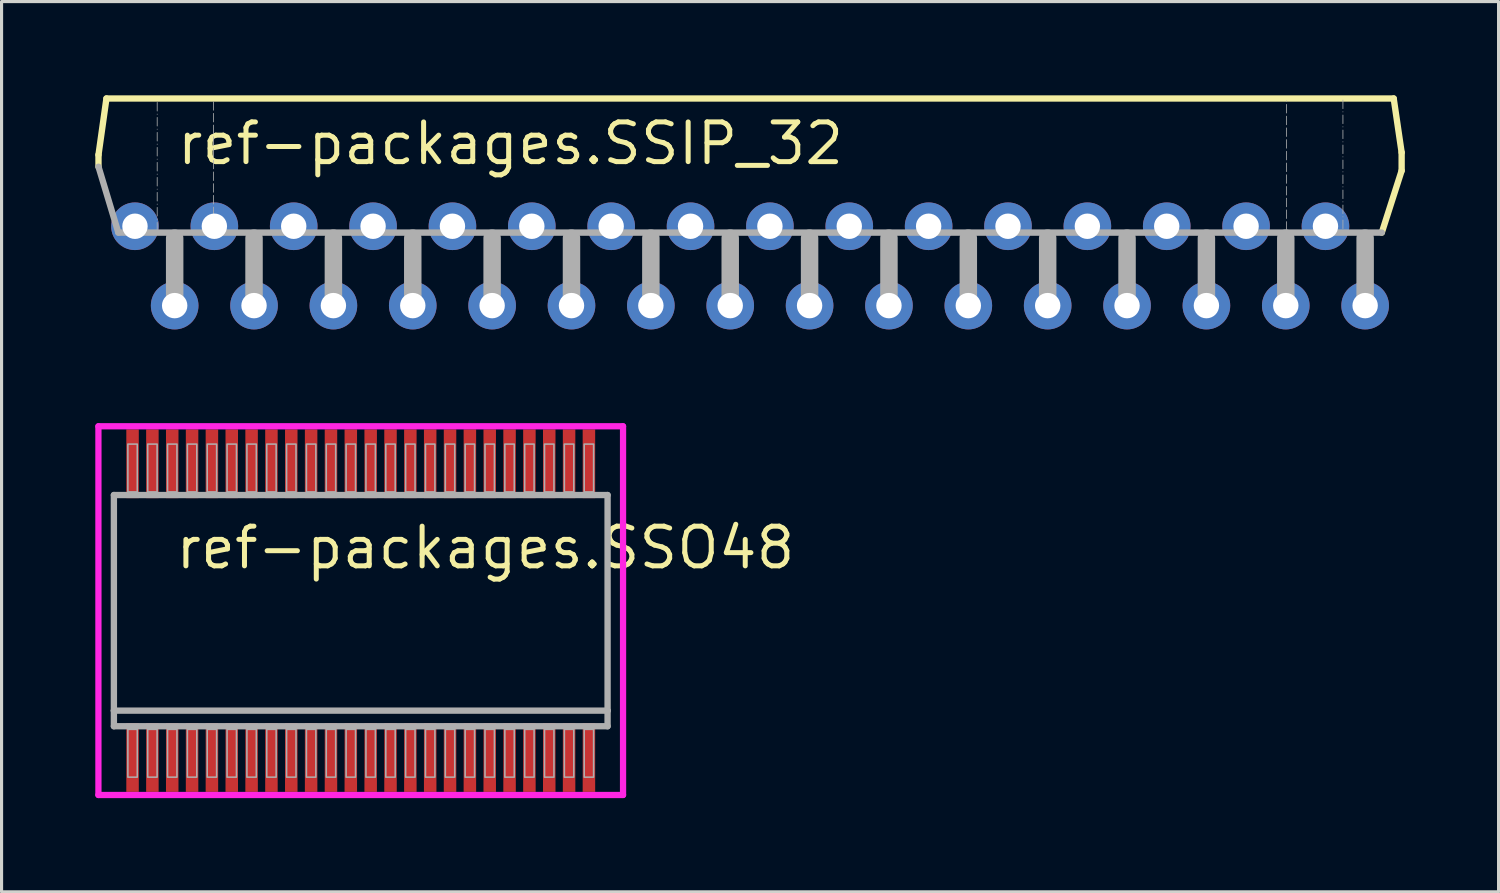
<source format=kicad_pcb>
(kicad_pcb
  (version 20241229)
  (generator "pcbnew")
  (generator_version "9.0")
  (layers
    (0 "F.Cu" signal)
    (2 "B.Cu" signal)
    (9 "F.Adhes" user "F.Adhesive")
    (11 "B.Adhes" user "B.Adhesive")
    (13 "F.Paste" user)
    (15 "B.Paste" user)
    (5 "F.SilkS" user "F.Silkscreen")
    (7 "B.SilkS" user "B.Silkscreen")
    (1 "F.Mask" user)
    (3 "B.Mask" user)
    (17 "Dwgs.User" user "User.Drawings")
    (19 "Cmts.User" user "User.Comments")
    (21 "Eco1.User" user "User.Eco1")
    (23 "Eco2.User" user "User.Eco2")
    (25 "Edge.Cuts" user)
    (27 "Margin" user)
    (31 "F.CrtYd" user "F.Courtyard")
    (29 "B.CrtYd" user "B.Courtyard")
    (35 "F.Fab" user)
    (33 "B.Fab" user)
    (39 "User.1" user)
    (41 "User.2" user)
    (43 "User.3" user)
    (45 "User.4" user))
  (footprint "ref-packages.SSO48"
    (layer "F.Cu")
    (at 8.495 16.493)
    (property "Reference" "ref-packages.SSO48" (at -6.003 -1.27 0) (layer "F.SilkS") (effects (font (size 1.27 1.27) (thickness 0.16)) (justify left bottom)))
    (attr smd)
    (fp_line (start -8.395 -5.9) (end 8.395 -5.9) (stroke (width 0.2) (type default)) (layer "F.CrtYd"))
    (fp_line (start -8.395 5.9) (end -8.395 -5.9) (stroke (width 0.2) (type default)) (layer "F.CrtYd"))
    (fp_line (start 8.395 -5.9) (end 8.395 5.9) (stroke (width 0.2) (type default)) (layer "F.CrtYd"))
    (fp_line (start 8.395 5.9) (end -8.395 5.9) (stroke (width 0.2) (type default)) (layer "F.CrtYd"))
    (fp_line (start -7.9 -3.7) (end 7.9 -3.7) (stroke (width 0.203) (type default)) (layer "F.Fab"))
    (fp_line (start -7.9 3.2) (end -7.9 -3.7) (stroke (width 0.203) (type default)) (layer "F.Fab"))
    (fp_line (start -7.9 3.7) (end -7.9 3.2) (stroke (width 0.203) (type default)) (layer "F.Fab"))
    (fp_line (start 7.9 -3.7) (end 7.9 3.2) (stroke (width 0.203) (type default)) (layer "F.Fab"))
    (fp_line (start 7.9 3.2) (end -7.9 3.2) (stroke (width 0.203) (type default)) (layer "F.Fab"))
    (fp_line (start 7.9 3.2) (end 7.9 3.7) (stroke (width 0.203) (type default)) (layer "F.Fab"))
    (fp_line (start 7.9 3.7) (end -7.9 3.7) (stroke (width 0.203) (type default)) (layer "F.Fab"))
    (fp_rect (start -7.453 -3.8) (end -7.152 -5.33) (stroke (width 0.05) (type default)) (fill no) (layer "F.Fab"))
    (fp_rect (start -7.453 5.33) (end -7.152 3.8) (stroke (width 0.05) (type default)) (fill no) (layer "F.Fab"))
    (fp_rect (start -6.818 -3.8) (end -6.517 -5.33) (stroke (width 0.05) (type default)) (fill no) (layer "F.Fab"))
    (fp_rect (start -6.818 5.33) (end -6.517 3.8) (stroke (width 0.05) (type default)) (fill no) (layer "F.Fab"))
    (fp_rect (start -6.183 -3.8) (end -5.882 -5.33) (stroke (width 0.05) (type default)) (fill no) (layer "F.Fab"))
    (fp_rect (start -6.183 5.33) (end -5.882 3.8) (stroke (width 0.05) (type default)) (fill no) (layer "F.Fab"))
    (fp_rect (start -5.548 -3.8) (end -5.247 -5.33) (stroke (width 0.05) (type default)) (fill no) (layer "F.Fab"))
    (fp_rect (start -5.548 5.33) (end -5.247 3.8) (stroke (width 0.05) (type default)) (fill no) (layer "F.Fab"))
    (fp_rect (start -4.913 -3.8) (end -4.612 -5.33) (stroke (width 0.05) (type default)) (fill no) (layer "F.Fab"))
    (fp_rect (start -4.913 5.33) (end -4.612 3.8) (stroke (width 0.05) (type default)) (fill no) (layer "F.Fab"))
    (fp_rect (start -4.278 -3.8) (end -3.977 -5.33) (stroke (width 0.05) (type default)) (fill no) (layer "F.Fab"))
    (fp_rect (start -4.278 5.33) (end -3.977 3.8) (stroke (width 0.05) (type default)) (fill no) (layer "F.Fab"))
    (fp_rect (start -3.643 -3.8) (end -3.342 -5.33) (stroke (width 0.05) (type default)) (fill no) (layer "F.Fab"))
    (fp_rect (start -3.643 5.33) (end -3.342 3.8) (stroke (width 0.05) (type default)) (fill no) (layer "F.Fab"))
    (fp_rect (start -3.008 -3.8) (end -2.707 -5.33) (stroke (width 0.05) (type default)) (fill no) (layer "F.Fab"))
    (fp_rect (start -3.008 5.33) (end -2.707 3.8) (stroke (width 0.05) (type default)) (fill no) (layer "F.Fab"))
    (fp_rect (start -2.373 -3.8) (end -2.072 -5.33) (stroke (width 0.05) (type default)) (fill no) (layer "F.Fab"))
    (fp_rect (start -2.373 5.33) (end -2.072 3.8) (stroke (width 0.05) (type default)) (fill no) (layer "F.Fab"))
    (fp_rect (start -1.738 -3.8) (end -1.437 -5.33) (stroke (width 0.05) (type default)) (fill no) (layer "F.Fab"))
    (fp_rect (start -1.738 5.33) (end -1.437 3.8) (stroke (width 0.05) (type default)) (fill no) (layer "F.Fab"))
    (fp_rect (start -1.103 -3.8) (end -0.802 -5.33) (stroke (width 0.05) (type default)) (fill no) (layer "F.Fab"))
    (fp_rect (start -1.103 5.33) (end -0.802 3.8) (stroke (width 0.05) (type default)) (fill no) (layer "F.Fab"))
    (fp_rect (start -0.468 -3.8) (end -0.167 -5.33) (stroke (width 0.05) (type default)) (fill no) (layer "F.Fab"))
    (fp_rect (start -0.468 5.33) (end -0.167 3.8) (stroke (width 0.05) (type default)) (fill no) (layer "F.Fab"))
    (fp_rect (start 0.167 -3.8) (end 0.468 -5.33) (stroke (width 0.05) (type default)) (fill no) (layer "F.Fab"))
    (fp_rect (start 0.167 5.33) (end 0.468 3.8) (stroke (width 0.05) (type default)) (fill no) (layer "F.Fab"))
    (fp_rect (start 0.802 -3.8) (end 1.103 -5.33) (stroke (width 0.05) (type default)) (fill no) (layer "F.Fab"))
    (fp_rect (start 0.802 5.33) (end 1.103 3.8) (stroke (width 0.05) (type default)) (fill no) (layer "F.Fab"))
    (fp_rect (start 1.437 -3.8) (end 1.738 -5.33) (stroke (width 0.05) (type default)) (fill no) (layer "F.Fab"))
    (fp_rect (start 1.437 5.33) (end 1.738 3.8) (stroke (width 0.05) (type default)) (fill no) (layer "F.Fab"))
    (fp_rect (start 2.072 -3.8) (end 2.373 -5.33) (stroke (width 0.05) (type default)) (fill no) (layer "F.Fab"))
    (fp_rect (start 2.072 5.33) (end 2.373 3.8) (stroke (width 0.05) (type default)) (fill no) (layer "F.Fab"))
    (fp_rect (start 2.707 -3.8) (end 3.008 -5.33) (stroke (width 0.05) (type default)) (fill no) (layer "F.Fab"))
    (fp_rect (start 2.707 5.33) (end 3.008 3.8) (stroke (width 0.05) (type default)) (fill no) (layer "F.Fab"))
    (fp_rect (start 3.342 -3.8) (end 3.643 -5.33) (stroke (width 0.05) (type default)) (fill no) (layer "F.Fab"))
    (fp_rect (start 3.342 5.33) (end 3.643 3.8) (stroke (width 0.05) (type default)) (fill no) (layer "F.Fab"))
    (fp_rect (start 3.977 -3.8) (end 4.278 -5.33) (stroke (width 0.05) (type default)) (fill no) (layer "F.Fab"))
    (fp_rect (start 3.977 5.33) (end 4.278 3.8) (stroke (width 0.05) (type default)) (fill no) (layer "F.Fab"))
    (fp_rect (start 4.612 -3.8) (end 4.913 -5.33) (stroke (width 0.05) (type default)) (fill no) (layer "F.Fab"))
    (fp_rect (start 4.612 5.33) (end 4.913 3.8) (stroke (width 0.05) (type default)) (fill no) (layer "F.Fab"))
    (fp_rect (start 5.247 -3.8) (end 5.548 -5.33) (stroke (width 0.05) (type default)) (fill no) (layer "F.Fab"))
    (fp_rect (start 5.247 5.33) (end 5.548 3.8) (stroke (width 0.05) (type default)) (fill no) (layer "F.Fab"))
    (fp_rect (start 5.882 -3.8) (end 6.183 -5.33) (stroke (width 0.05) (type default)) (fill no) (layer "F.Fab"))
    (fp_rect (start 5.882 5.33) (end 6.183 3.8) (stroke (width 0.05) (type default)) (fill no) (layer "F.Fab"))
    (fp_rect (start 6.517 -3.8) (end 6.818 -5.33) (stroke (width 0.05) (type default)) (fill no) (layer "F.Fab"))
    (fp_rect (start 6.517 5.33) (end 6.818 3.8) (stroke (width 0.05) (type default)) (fill no) (layer "F.Fab"))
    (fp_rect (start 7.152 -3.8) (end 7.453 -5.33) (stroke (width 0.05) (type default)) (fill no) (layer "F.Fab"))
    (fp_rect (start 7.152 5.33) (end 7.453 3.8) (stroke (width 0.05) (type default)) (fill no) (layer "F.Fab"))
    (pad "1" smd roundrect (at -7.303 4.7) (size 0.4 2.2) (layers "F.Cu" "F.Mask" "F.Paste") (roundrect_rratio 0.01))
    (pad "2" smd roundrect (at -6.668 4.7) (size 0.4 2.2) (layers "F.Cu" "F.Mask" "F.Paste") (roundrect_rratio 0.01))
    (pad "3" smd roundrect (at -6.033 4.7) (size 0.4 2.2) (layers "F.Cu" "F.Mask" "F.Paste") (roundrect_rratio 0.01))
    (pad "4" smd roundrect (at -5.398 4.7) (size 0.4 2.2) (layers "F.Cu" "F.Mask" "F.Paste") (roundrect_rratio 0.01))
    (pad "5" smd roundrect (at -4.763 4.7) (size 0.4 2.2) (layers "F.Cu" "F.Mask" "F.Paste") (roundrect_rratio 0.01))
    (pad "6" smd roundrect (at -4.128 4.7) (size 0.4 2.2) (layers "F.Cu" "F.Mask" "F.Paste") (roundrect_rratio 0.01))
    (pad "7" smd roundrect (at -3.493 4.7) (size 0.4 2.2) (layers "F.Cu" "F.Mask" "F.Paste") (roundrect_rratio 0.01))
    (pad "8" smd roundrect (at -2.858 4.7) (size 0.4 2.2) (layers "F.Cu" "F.Mask" "F.Paste") (roundrect_rratio 0.01))
    (pad "9" smd roundrect (at -2.223 4.7) (size 0.4 2.2) (layers "F.Cu" "F.Mask" "F.Paste") (roundrect_rratio 0.01))
    (pad "10" smd roundrect (at -1.588 4.7) (size 0.4 2.2) (layers "F.Cu" "F.Mask" "F.Paste") (roundrect_rratio 0.01))
    (pad "11" smd roundrect (at -0.953 4.7) (size 0.4 2.2) (layers "F.Cu" "F.Mask" "F.Paste") (roundrect_rratio 0.01))
    (pad "12" smd roundrect (at -0.318 4.7) (size 0.4 2.2) (layers "F.Cu" "F.Mask" "F.Paste") (roundrect_rratio 0.01))
    (pad "13" smd roundrect (at 0.318 4.7) (size 0.4 2.2) (layers "F.Cu" "F.Mask" "F.Paste") (roundrect_rratio 0.01))
    (pad "14" smd roundrect (at 0.953 4.7) (size 0.4 2.2) (layers "F.Cu" "F.Mask" "F.Paste") (roundrect_rratio 0.01))
    (pad "15" smd roundrect (at 1.588 4.7) (size 0.4 2.2) (layers "F.Cu" "F.Mask" "F.Paste") (roundrect_rratio 0.01))
    (pad "16" smd roundrect (at 2.223 4.7) (size 0.4 2.2) (layers "F.Cu" "F.Mask" "F.Paste") (roundrect_rratio 0.01))
    (pad "17" smd roundrect (at 2.858 4.7) (size 0.4 2.2) (layers "F.Cu" "F.Mask" "F.Paste") (roundrect_rratio 0.01))
    (pad "18" smd roundrect (at 3.493 4.7) (size 0.4 2.2) (layers "F.Cu" "F.Mask" "F.Paste") (roundrect_rratio 0.01))
    (pad "19" smd roundrect (at 4.128 4.7) (size 0.4 2.2) (layers "F.Cu" "F.Mask" "F.Paste") (roundrect_rratio 0.01))
    (pad "20" smd roundrect (at 4.763 4.7) (size 0.4 2.2) (layers "F.Cu" "F.Mask" "F.Paste") (roundrect_rratio 0.01))
    (pad "21" smd roundrect (at 5.398 4.7) (size 0.4 2.2) (layers "F.Cu" "F.Mask" "F.Paste") (roundrect_rratio 0.01))
    (pad "22" smd roundrect (at 6.033 4.7) (size 0.4 2.2) (layers "F.Cu" "F.Mask" "F.Paste") (roundrect_rratio 0.01))
    (pad "23" smd roundrect (at 6.668 4.7) (size 0.4 2.2) (layers "F.Cu" "F.Mask" "F.Paste") (roundrect_rratio 0.01))
    (pad "24" smd roundrect (at 7.303 4.7) (size 0.4 2.2) (layers "F.Cu" "F.Mask" "F.Paste") (roundrect_rratio 0.01))
    (pad "25" smd roundrect (at 7.303 -4.7) (size 0.4 2.2) (layers "F.Cu" "F.Mask" "F.Paste") (roundrect_rratio 0.01))
    (pad "26" smd roundrect (at 6.668 -4.7) (size 0.4 2.2) (layers "F.Cu" "F.Mask" "F.Paste") (roundrect_rratio 0.01))
    (pad "27" smd roundrect (at 6.033 -4.7) (size 0.4 2.2) (layers "F.Cu" "F.Mask" "F.Paste") (roundrect_rratio 0.01))
    (pad "28" smd roundrect (at 5.398 -4.7) (size 0.4 2.2) (layers "F.Cu" "F.Mask" "F.Paste") (roundrect_rratio 0.01))
    (pad "29" smd roundrect (at 4.763 -4.7) (size 0.4 2.2) (layers "F.Cu" "F.Mask" "F.Paste") (roundrect_rratio 0.01))
    (pad "30" smd roundrect (at 4.128 -4.7) (size 0.4 2.2) (layers "F.Cu" "F.Mask" "F.Paste") (roundrect_rratio 0.01))
    (pad "31" smd roundrect (at 3.493 -4.7) (size 0.4 2.2) (layers "F.Cu" "F.Mask" "F.Paste") (roundrect_rratio 0.01))
    (pad "32" smd roundrect (at 2.858 -4.7) (size 0.4 2.2) (layers "F.Cu" "F.Mask" "F.Paste") (roundrect_rratio 0.01))
    (pad "33" smd roundrect (at 2.223 -4.7) (size 0.4 2.2) (layers "F.Cu" "F.Mask" "F.Paste") (roundrect_rratio 0.01))
    (pad "34" smd roundrect (at 1.588 -4.7) (size 0.4 2.2) (layers "F.Cu" "F.Mask" "F.Paste") (roundrect_rratio 0.01))
    (pad "35" smd roundrect (at 0.953 -4.7) (size 0.4 2.2) (layers "F.Cu" "F.Mask" "F.Paste") (roundrect_rratio 0.01))
    (pad "36" smd roundrect (at 0.318 -4.7) (size 0.4 2.2) (layers "F.Cu" "F.Mask" "F.Paste") (roundrect_rratio 0.01))
    (pad "37" smd roundrect (at -0.318 -4.7) (size 0.4 2.2) (layers "F.Cu" "F.Mask" "F.Paste") (roundrect_rratio 0.01))
    (pad "38" smd roundrect (at -0.953 -4.7) (size 0.4 2.2) (layers "F.Cu" "F.Mask" "F.Paste") (roundrect_rratio 0.01))
    (pad "39" smd roundrect (at -1.588 -4.7) (size 0.4 2.2) (layers "F.Cu" "F.Mask" "F.Paste") (roundrect_rratio 0.01))
    (pad "40" smd roundrect (at -2.223 -4.7) (size 0.4 2.2) (layers "F.Cu" "F.Mask" "F.Paste") (roundrect_rratio 0.01))
    (pad "41" smd roundrect (at -2.858 -4.7) (size 0.4 2.2) (layers "F.Cu" "F.Mask" "F.Paste") (roundrect_rratio 0.01))
    (pad "42" smd roundrect (at -3.493 -4.7) (size 0.4 2.2) (layers "F.Cu" "F.Mask" "F.Paste") (roundrect_rratio 0.01))
    (pad "43" smd roundrect (at -4.128 -4.7) (size 0.4 2.2) (layers "F.Cu" "F.Mask" "F.Paste") (roundrect_rratio 0.01))
    (pad "44" smd roundrect (at -4.763 -4.7) (size 0.4 2.2) (layers "F.Cu" "F.Mask" "F.Paste") (roundrect_rratio 0.01))
    (pad "45" smd roundrect (at -5.398 -4.7) (size 0.4 2.2) (layers "F.Cu" "F.Mask" "F.Paste") (roundrect_rratio 0.01))
    (pad "46" smd roundrect (at -6.033 -4.7) (size 0.4 2.2) (layers "F.Cu" "F.Mask" "F.Paste") (roundrect_rratio 0.01))
    (pad "47" smd roundrect (at -6.668 -4.7) (size 0.4 2.2) (layers "F.Cu" "F.Mask" "F.Paste") (roundrect_rratio 0.01))
    (pad "48" smd roundrect (at -7.303 -4.7) (size 0.4 2.2) (layers "F.Cu" "F.Mask" "F.Paste") (roundrect_rratio 0.01)))
  (footprint "ref-packages.SSIP_32"
    (layer "F.Cu")
    (at 20.955 6.731)
    (property "Reference" "ref-packages.SSIP_32" (at -18.415 -4.445 0) (layer "F.SilkS") (effects (font (size 1.27 1.27) (thickness 0.16)) (justify left bottom)))
    (attr through_hole)
    (fp_line (start -20.853 -4.826) (end -20.599 -6.629) (stroke (width 0.203) (type default)) (layer "F.SilkS"))
    (fp_line (start -20.853 -4.445) (end -20.853 -4.826) (stroke (width 0.203) (type default)) (layer "F.SilkS"))
    (fp_line (start -20.599 -6.629) (end 20.599 -6.629) (stroke (width 0.203) (type default)) (layer "F.SilkS"))
    (fp_line (start 20.599 -6.629) (end 20.853 -4.902) (stroke (width 0.203) (type default)) (layer "F.SilkS"))
    (fp_line (start 20.853 -4.902) (end 20.853 -4.318) (stroke (width 0.203) (type default)) (layer "F.SilkS"))
    (fp_line (start 20.853 -4.318) (end 20.218 -2.337) (stroke (width 0.203) (type default)) (layer "F.SilkS"))
    (fp_line (start -20.218 -2.337) (end -20.853 -4.445) (stroke (width 0.203) (type default)) (layer "F.Fab"))
    (fp_line (start -18.974 -2.388) (end -18.974 -6.579) (stroke (width 0.025) (type dash_dot)) (layer "F.Fab"))
    (fp_line (start -18.415 0) (end -18.415 -2.159) (stroke (width 0.559) (type default)) (layer "F.Fab"))
    (fp_line (start -17.17 -6.528) (end -17.17 -2.388) (stroke (width 0.025) (type dash)) (layer "F.Fab"))
    (fp_line (start -15.875 0) (end -15.875 -2.159) (stroke (width 0.559) (type default)) (layer "F.Fab"))
    (fp_line (start -13.335 0) (end -13.335 -2.159) (stroke (width 0.559) (type default)) (layer "F.Fab"))
    (fp_line (start -10.795 0) (end -10.795 -2.159) (stroke (width 0.559) (type default)) (layer "F.Fab"))
    (fp_line (start -8.255 0) (end -8.255 -2.159) (stroke (width 0.559) (type default)) (layer "F.Fab"))
    (fp_line (start -5.715 0) (end -5.715 -2.159) (stroke (width 0.559) (type default)) (layer "F.Fab"))
    (fp_line (start -3.175 0) (end -3.175 -2.159) (stroke (width 0.559) (type default)) (layer "F.Fab"))
    (fp_line (start -0.635 0) (end -0.635 -2.159) (stroke (width 0.559) (type default)) (layer "F.Fab"))
    (fp_line (start 1.905 0) (end 1.905 -2.159) (stroke (width 0.559) (type default)) (layer "F.Fab"))
    (fp_line (start 4.445 0) (end 4.445 -2.159) (stroke (width 0.559) (type default)) (layer "F.Fab"))
    (fp_line (start 6.985 0) (end 6.985 -2.159) (stroke (width 0.559) (type default)) (layer "F.Fab"))
    (fp_line (start 9.525 0) (end 9.525 -2.159) (stroke (width 0.559) (type default)) (layer "F.Fab"))
    (fp_line (start 12.065 0) (end 12.065 -2.159) (stroke (width 0.559) (type default)) (layer "F.Fab"))
    (fp_line (start 14.605 0) (end 14.605 -2.159) (stroke (width 0.559) (type default)) (layer "F.Fab"))
    (fp_line (start 17.145 0) (end 17.145 -2.159) (stroke (width 0.559) (type default)) (layer "F.Fab"))
    (fp_line (start 17.17 -2.413) (end 17.17 -6.553) (stroke (width 0.025) (type dash)) (layer "F.Fab"))
    (fp_line (start 18.974 -6.579) (end 18.974 -2.388) (stroke (width 0.025) (type dash_dot)) (layer "F.Fab"))
    (fp_line (start 19.685 0) (end 19.685 -2.159) (stroke (width 0.559) (type default)) (layer "F.Fab"))
    (fp_line (start 20.218 -2.337) (end -20.218 -2.337) (stroke (width 0.203) (type default)) (layer "F.Fab"))
    (pad "1" thru_hole circle (at -19.685 -2.54) (size 1.524 1.524) (drill 0.813) (layers "*.Cu" "*.Mask"))
    (pad "2" thru_hole circle (at -18.415 0) (size 1.524 1.524) (drill 0.813) (layers "*.Cu" "*.Mask"))
    (pad "3" thru_hole circle (at -17.145 -2.54) (size 1.524 1.524) (drill 0.813) (layers "*.Cu" "*.Mask"))
    (pad "4" thru_hole circle (at -15.875 0) (size 1.524 1.524) (drill 0.813) (layers "*.Cu" "*.Mask"))
    (pad "5" thru_hole circle (at -14.605 -2.54) (size 1.524 1.524) (drill 0.813) (layers "*.Cu" "*.Mask"))
    (pad "6" thru_hole circle (at -13.335 0) (size 1.524 1.524) (drill 0.813) (layers "*.Cu" "*.Mask"))
    (pad "7" thru_hole circle (at -12.065 -2.54) (size 1.524 1.524) (drill 0.813) (layers "*.Cu" "*.Mask"))
    (pad "8" thru_hole circle (at -10.795 0) (size 1.524 1.524) (drill 0.813) (layers "*.Cu" "*.Mask"))
    (pad "9" thru_hole circle (at -9.525 -2.54) (size 1.524 1.524) (drill 0.813) (layers "*.Cu" "*.Mask"))
    (pad "10" thru_hole circle (at -8.255 0) (size 1.524 1.524) (drill 0.813) (layers "*.Cu" "*.Mask"))
    (pad "11" thru_hole circle (at -6.985 -2.54) (size 1.524 1.524) (drill 0.813) (layers "*.Cu" "*.Mask"))
    (pad "12" thru_hole circle (at -5.715 0) (size 1.524 1.524) (drill 0.813) (layers "*.Cu" "*.Mask"))
    (pad "13" thru_hole circle (at -4.445 -2.54) (size 1.524 1.524) (drill 0.813) (layers "*.Cu" "*.Mask"))
    (pad "14" thru_hole circle (at -3.175 0) (size 1.524 1.524) (drill 0.813) (layers "*.Cu" "*.Mask"))
    (pad "15" thru_hole circle (at -1.905 -2.54) (size 1.524 1.524) (drill 0.813) (layers "*.Cu" "*.Mask"))
    (pad "16" thru_hole circle (at -0.635 0) (size 1.524 1.524) (drill 0.813) (layers "*.Cu" "*.Mask"))
    (pad "17" thru_hole circle (at 0.635 -2.54) (size 1.524 1.524) (drill 0.813) (layers "*.Cu" "*.Mask"))
    (pad "18" thru_hole circle (at 1.905 0) (size 1.524 1.524) (drill 0.813) (layers "*.Cu" "*.Mask"))
    (pad "19" thru_hole circle (at 3.175 -2.54) (size 1.524 1.524) (drill 0.813) (layers "*.Cu" "*.Mask"))
    (pad "20" thru_hole circle (at 4.445 0) (size 1.524 1.524) (drill 0.813) (layers "*.Cu" "*.Mask"))
    (pad "21" thru_hole circle (at 5.715 -2.54) (size 1.524 1.524) (drill 0.813) (layers "*.Cu" "*.Mask"))
    (pad "22" thru_hole circle (at 6.985 0) (size 1.524 1.524) (drill 0.813) (layers "*.Cu" "*.Mask"))
    (pad "23" thru_hole circle (at 8.255 -2.54) (size 1.524 1.524) (drill 0.813) (layers "*.Cu" "*.Mask"))
    (pad "24" thru_hole circle (at 9.525 0) (size 1.524 1.524) (drill 0.813) (layers "*.Cu" "*.Mask"))
    (pad "25" thru_hole circle (at 10.795 -2.54) (size 1.524 1.524) (drill 0.813) (layers "*.Cu" "*.Mask"))
    (pad "26" thru_hole circle (at 12.065 0) (size 1.524 1.524) (drill 0.813) (layers "*.Cu" "*.Mask"))
    (pad "27" thru_hole circle (at 13.335 -2.54) (size 1.524 1.524) (drill 0.813) (layers "*.Cu" "*.Mask"))
    (pad "28" thru_hole circle (at 14.605 0) (size 1.524 1.524) (drill 0.813) (layers "*.Cu" "*.Mask"))
    (pad "29" thru_hole circle (at 15.875 -2.54) (size 1.524 1.524) (drill 0.813) (layers "*.Cu" "*.Mask"))
    (pad "30" thru_hole circle (at 17.145 0) (size 1.524 1.524) (drill 0.813) (layers "*.Cu" "*.Mask"))
    (pad "31" thru_hole circle (at 18.415 -2.54) (size 1.524 1.524) (drill 0.813) (layers "*.Cu" "*.Mask"))
    (pad "32" thru_hole circle (at 19.685 0) (size 1.524 1.524) (drill 0.813) (layers "*.Cu" "*.Mask")))
  (gr_rect
    (start -3 -3)
    (end 44.91 25.493)
    (stroke (width 0.1) (type default))
    (fill no)
    (layer "Edge.Cuts")))
</source>
